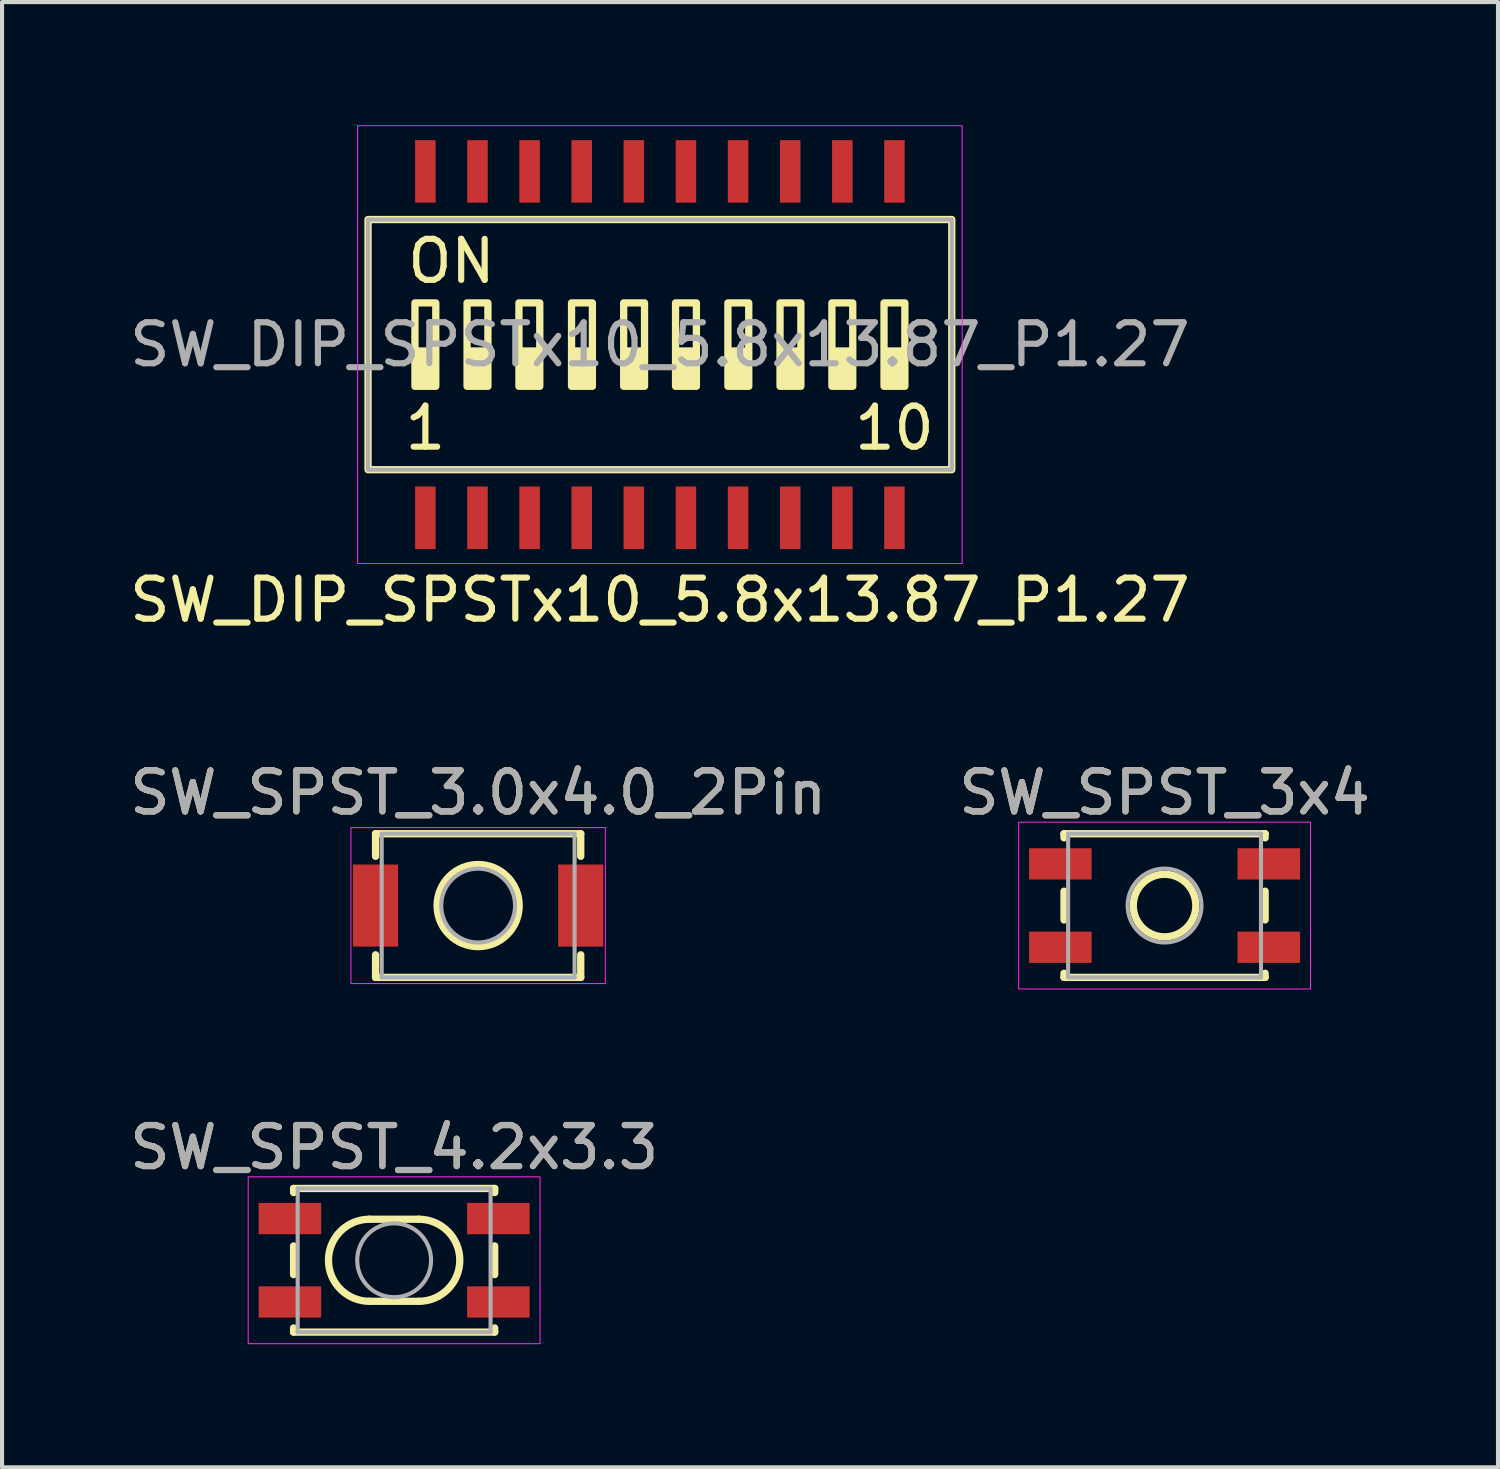
<source format=kicad_pcb>
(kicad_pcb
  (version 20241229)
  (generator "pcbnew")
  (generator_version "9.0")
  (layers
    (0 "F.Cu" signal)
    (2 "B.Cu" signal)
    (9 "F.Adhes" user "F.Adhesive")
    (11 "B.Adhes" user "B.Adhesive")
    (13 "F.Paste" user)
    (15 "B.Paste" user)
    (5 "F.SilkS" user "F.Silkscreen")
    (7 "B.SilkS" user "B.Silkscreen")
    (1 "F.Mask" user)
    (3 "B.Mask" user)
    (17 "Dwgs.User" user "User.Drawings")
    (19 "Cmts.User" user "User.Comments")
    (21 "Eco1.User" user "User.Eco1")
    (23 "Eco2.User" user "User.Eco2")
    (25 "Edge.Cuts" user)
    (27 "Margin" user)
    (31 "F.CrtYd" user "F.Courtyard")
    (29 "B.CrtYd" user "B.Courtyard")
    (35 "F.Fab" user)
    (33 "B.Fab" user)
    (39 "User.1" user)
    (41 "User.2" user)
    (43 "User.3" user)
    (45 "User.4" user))
  (footprint "SW_SPST_3.0x4.0_2Pin"
    (layer "F.Cu")
    (at 8.601 19.016)
    (property "Reference" "SW_SPST_3.0x4.0_2Pin" (at 0 -2.75 0) (layer "F.SilkS") (effects (font (size 1 1) (thickness 0.15))))
    (attr smd)
    (fp_line (start -2.5 -1.75) (end -2.5 -1.2) (stroke (width 0.178) (type solid)) (layer "F.SilkS"))
    (fp_line (start -2.5 1.2) (end -2.5 1.75) (stroke (width 0.178) (type solid)) (layer "F.SilkS"))
    (fp_line (start -2.5 1.75) (end 2.5 1.75) (stroke (width 0.178) (type solid)) (layer "F.SilkS"))
    (fp_line (start 2.5 -1.75) (end -2.5 -1.75) (stroke (width 0.178) (type solid)) (layer "F.SilkS"))
    (fp_line (start 2.5 -1.75) (end 2.5 -1.2) (stroke (width 0.178) (type solid)) (layer "F.SilkS"))
    (fp_line (start 2.5 1.2) (end 2.5 1.75) (stroke (width 0.178) (type solid)) (layer "F.SilkS"))
    (fp_circle (center 0 0) (end 1 0) (stroke (width 0.178) (type solid)) (fill no) (layer "F.SilkS"))
    (fp_rect (start -3.1 1.9) (end 3.1 -1.9) (stroke (width 0.025) (type solid)) (fill no) (layer "F.CrtYd"))
    (fp_line (start -2.35 -1.75) (end 2.35 -1.75) (stroke (width 0.1) (type solid)) (layer "F.Fab"))
    (fp_line (start -2.35 1.75) (end -2.35 -1.75) (stroke (width 0.1) (type solid)) (layer "F.Fab"))
    (fp_line (start 2.35 -1.75) (end 2.35 1.75) (stroke (width 0.1) (type solid)) (layer "F.Fab"))
    (fp_line (start 2.35 1.75) (end -2.35 1.75) (stroke (width 0.1) (type solid)) (layer "F.Fab"))
    (fp_circle (center 0 0) (end 0.9 0) (stroke (width 0.1) (type solid)) (fill no) (layer "F.Fab"))
    (fp_text user "${REFERENCE}" (at 0 -2.75 0) (layer "F.Fab") (effects (font (size 1 1) (thickness 0.15))))
    (pad "1" smd rect (at -2.5 0) (size 1.1 2) (layers "F.Cu" "F.Mask" "F.Paste"))
    (pad "2" smd rect (at 2.5 0) (size 1.1 2) (layers "F.Cu" "F.Mask" "F.Paste")))
  (footprint "SW_SPST_4.2x3.3"
    (layer "F.Cu")
    (at 6.554 27.659)
    (property "Reference" "SW_SPST_4.2x3.3" (at 0 -2.75 0) (layer "F.SilkS") (effects (font (size 1 1) (thickness 0.15))))
    (attr smd)
    (fp_line (start -2.45 -1.75) (end -2.45 -1.65) (stroke (width 0.178) (type solid)) (layer "F.SilkS"))
    (fp_line (start -2.45 -0.35) (end -2.45 0.35) (stroke (width 0.178) (type solid)) (layer "F.SilkS"))
    (fp_line (start -2.45 1.65) (end -2.45 1.75) (stroke (width 0.178) (type solid)) (layer "F.SilkS"))
    (fp_line (start -2.45 1.75) (end 2.45 1.75) (stroke (width 0.178) (type solid)) (layer "F.SilkS"))
    (fp_line (start -0.6 -1) (end 0.6 -1) (stroke (width 0.178) (type default)) (layer "F.SilkS"))
    (fp_line (start -0.6 1) (end 0.6 1) (stroke (width 0.178) (type default)) (layer "F.SilkS"))
    (fp_line (start 2.45 -1.75) (end -2.45 -1.75) (stroke (width 0.178) (type solid)) (layer "F.SilkS"))
    (fp_line (start 2.45 -1.75) (end 2.45 -1.65) (stroke (width 0.178) (type solid)) (layer "F.SilkS"))
    (fp_line (start 2.45 -0.35) (end 2.45 0.35) (stroke (width 0.178) (type solid)) (layer "F.SilkS"))
    (fp_line (start 2.45 1.75) (end 2.45 1.65) (stroke (width 0.178) (type solid)) (layer "F.SilkS"))
    (fp_arc (start -0.6 1) (mid -1.6 0) (end -0.6 -1) (stroke (width 0.1778) (type default)) (layer "F.SilkS"))
    (fp_arc (start 0.6 -1) (mid 1.6 0) (end 0.6 1) (stroke (width 0.1778) (type default)) (layer "F.SilkS"))
    (fp_rect (start -3.556 2.032) (end 3.556 -2.032) (stroke (width 0.025) (type solid)) (fill no) (layer "F.CrtYd"))
    (fp_line (start -2.35 -1.75) (end 2.35 -1.75) (stroke (width 0.1) (type solid)) (layer "F.Fab"))
    (fp_line (start -2.35 1.75) (end -2.35 -1.75) (stroke (width 0.1) (type solid)) (layer "F.Fab"))
    (fp_line (start 2.35 -1.75) (end 2.35 1.75) (stroke (width 0.1) (type solid)) (layer "F.Fab"))
    (fp_line (start 2.35 1.75) (end -2.35 1.75) (stroke (width 0.1) (type solid)) (layer "F.Fab"))
    (fp_circle (center 0 0) (end 0.9 0) (stroke (width 0.1) (type solid)) (fill no) (layer "F.Fab"))
    (fp_text user "${REFERENCE}" (at 0 -2.75 0) (layer "F.Fab") (effects (font (size 1 1) (thickness 0.15))))
    (pad "1" smd rect (at -2.54 -1.016) (size 1.524 0.762) (layers "F.Cu" "F.Mask" "F.Paste"))
    (pad "2" smd rect (at 2.54 -1.016) (size 1.524 0.762) (layers "F.Cu" "F.Mask" "F.Paste"))
    (pad "3" smd rect (at -2.54 1.016) (size 1.524 0.762) (layers "F.Cu" "F.Mask" "F.Paste"))
    (pad "4" smd rect (at 2.54 1.016) (size 1.524 0.762) (layers "F.Cu" "F.Mask" "F.Paste")))
  (footprint "SW_DIP_SPSTx10_5.8x13.87_P1.27"
    (layer "F.Cu")
    (at 13.03 5.347)
    (property "Reference" "SW_DIP_SPSTx10_5.8x13.87_P1.27" (at 0 6.223 0) (unlocked yes) (layer "F.SilkS") (effects (font (size 1 1) (thickness 0.15))))
    (fp_rect (start -7.112 -3.048) (end 7.112 3.048) (stroke (width 0.178) (type solid)) (fill no) (layer "F.SilkS"))
    (fp_rect (start -5.969 -1.016) (end -5.461 1.016) (stroke (width 0.178) (type solid)) (fill no) (layer "F.SilkS"))
    (fp_rect (start -5.969 1.016) (end -5.461 0.127) (stroke (width 0.12) (type solid)) (fill yes) (layer "F.SilkS"))
    (fp_rect (start -4.699 -1.016) (end -4.191 1.016) (stroke (width 0.178) (type solid)) (fill no) (layer "F.SilkS"))
    (fp_rect (start -4.699 1.016) (end -4.191 0.127) (stroke (width 0.12) (type solid)) (fill yes) (layer "F.SilkS"))
    (fp_rect (start -3.435 -1.016) (end -2.927 1.016) (stroke (width 0.178) (type solid)) (fill no) (layer "F.SilkS"))
    (fp_rect (start -3.429 1.016) (end -2.921 0.127) (stroke (width 0.12) (type solid)) (fill yes) (layer "F.SilkS"))
    (fp_rect (start -2.159 1.016) (end -1.651 0.127) (stroke (width 0.12) (type solid)) (fill yes) (layer "F.SilkS"))
    (fp_rect (start -2.153 -1.016) (end -1.645 1.016) (stroke (width 0.178) (type solid)) (fill no) (layer "F.SilkS"))
    (fp_rect (start -0.889 1.016) (end -0.381 0.127) (stroke (width 0.12) (type solid)) (fill yes) (layer "F.SilkS"))
    (fp_rect (start -0.883 -1.016) (end -0.375 1.016) (stroke (width 0.178) (type solid)) (fill no) (layer "F.SilkS"))
    (fp_rect (start 0.381 -1.016) (end 0.889 1.016) (stroke (width 0.178) (type solid)) (fill no) (layer "F.SilkS"))
    (fp_rect (start 0.381 1.016) (end 0.889 0.127) (stroke (width 0.12) (type solid)) (fill yes) (layer "F.SilkS"))
    (fp_rect (start 1.651 1.016) (end 2.159 0.127) (stroke (width 0.12) (type solid)) (fill yes) (layer "F.SilkS"))
    (fp_rect (start 1.657 -1.016) (end 2.165 1.016) (stroke (width 0.178) (type solid)) (fill no) (layer "F.SilkS"))
    (fp_rect (start 2.921 1.016) (end 3.429 0.127) (stroke (width 0.12) (type solid)) (fill yes) (layer "F.SilkS"))
    (fp_rect (start 2.927 -1.016) (end 3.435 1.016) (stroke (width 0.178) (type solid)) (fill no) (layer "F.SilkS"))
    (fp_rect (start 4.191 -1.016) (end 4.699 1.016) (stroke (width 0.178) (type solid)) (fill no) (layer "F.SilkS"))
    (fp_rect (start 4.191 1.016) (end 4.699 0.127) (stroke (width 0.12) (type solid)) (fill yes) (layer "F.SilkS"))
    (fp_rect (start 5.461 -1.016) (end 5.969 1.016) (stroke (width 0.178) (type solid)) (fill no) (layer "F.SilkS"))
    (fp_rect (start 5.461 1.016) (end 5.969 0.127) (stroke (width 0.12) (type solid)) (fill yes) (layer "F.SilkS"))
    (fp_rect (start -7.366 -5.334) (end 7.366 5.334) (stroke (width 0.025) (type solid)) (fill no) (layer "F.CrtYd"))
    (fp_rect (start -7.112 -3.048) (end 7.112 3.048) (stroke (width 0.1) (type solid)) (fill no) (layer "F.Fab"))
    (fp_text user "10" (at 5.715 2.032 0) (unlocked yes) (layer "F.SilkS") (effects (font (size 1 1) (thickness 0.15))))
    (fp_text user "1" (at -5.715 2.032 0) (unlocked yes) (layer "F.SilkS") (effects (font (size 1 1) (thickness 0.15))))
    (fp_text user "ON" (at -5.08 -2.032 0) (unlocked yes) (layer "F.SilkS") (effects (font (size 1 1) (thickness 0.15))))
    (fp_text user "${REFERENCE}" (at 0 0 0) (unlocked yes) (layer "F.Fab") (effects (font (size 1 1) (thickness 0.15))))
    (pad "1" smd rect (at -5.715 4.22) (size 0.5 1.524) (layers "F.Cu" "F.Mask" "F.Paste"))
    (pad "2" smd rect (at -4.445 4.22) (size 0.5 1.524) (layers "F.Cu" "F.Mask" "F.Paste"))
    (pad "3" smd rect (at -3.175 4.22) (size 0.5 1.524) (layers "F.Cu" "F.Mask" "F.Paste"))
    (pad "4" smd rect (at -1.905 4.22) (size 0.5 1.524) (layers "F.Cu" "F.Mask" "F.Paste"))
    (pad "5" smd rect (at -0.635 4.22) (size 0.5 1.524) (layers "F.Cu" "F.Mask" "F.Paste"))
    (pad "6" smd rect (at 0.635 4.22) (size 0.5 1.524) (layers "F.Cu" "F.Mask" "F.Paste"))
    (pad "7" smd rect (at 1.905 4.22) (size 0.5 1.524) (layers "F.Cu" "F.Mask" "F.Paste"))
    (pad "8" smd rect (at 3.175 4.22) (size 0.5 1.524) (layers "F.Cu" "F.Mask" "F.Paste"))
    (pad "9" smd rect (at 4.445 4.22) (size 0.5 1.524) (layers "F.Cu" "F.Mask" "F.Paste"))
    (pad "10" smd rect (at 5.715 4.22) (size 0.5 1.524) (layers "F.Cu" "F.Mask" "F.Paste"))
    (pad "11" smd rect (at 5.715 -4.22) (size 0.5 1.524) (layers "F.Cu" "F.Mask" "F.Paste"))
    (pad "12" smd rect (at 4.445 -4.22) (size 0.5 1.524) (layers "F.Cu" "F.Mask" "F.Paste"))
    (pad "13" smd rect (at 3.175 -4.22) (size 0.5 1.524) (layers "F.Cu" "F.Mask" "F.Paste"))
    (pad "14" smd rect (at 1.905 -4.22) (size 0.5 1.524) (layers "F.Cu" "F.Mask" "F.Paste"))
    (pad "15" smd rect (at 0.635 -4.22) (size 0.5 1.524) (layers "F.Cu" "F.Mask" "F.Paste"))
    (pad "16" smd rect (at -0.635 -4.22) (size 0.5 1.524) (layers "F.Cu" "F.Mask" "F.Paste"))
    (pad "17" smd rect (at -1.905 -4.22) (size 0.5 1.524) (layers "F.Cu" "F.Mask" "F.Paste"))
    (pad "18" smd rect (at -3.175 -4.22) (size 0.5 1.524) (layers "F.Cu" "F.Mask" "F.Paste"))
    (pad "19" smd rect (at -4.445 -4.22) (size 0.5 1.524) (layers "F.Cu" "F.Mask" "F.Paste"))
    (pad "20" smd rect (at -5.715 -4.22) (size 0.5 1.524) (layers "F.Cu" "F.Mask" "F.Paste")))
  (footprint "SW_SPST_3x4"
    (layer "F.Cu")
    (at 25.327 19.016)
    (property "Reference" "SW_SPST_3x4" (at 0 -2.75 0) (layer "F.SilkS") (effects (font (size 1 1) (thickness 0.15))))
    (attr smd)
    (fp_line (start -2.45 -1.75) (end -2.45 -1.65) (stroke (width 0.178) (type solid)) (layer "F.SilkS"))
    (fp_line (start -2.45 -0.35) (end -2.45 0.35) (stroke (width 0.178) (type solid)) (layer "F.SilkS"))
    (fp_line (start -2.45 1.65) (end -2.45 1.75) (stroke (width 0.178) (type solid)) (layer "F.SilkS"))
    (fp_line (start -2.45 1.75) (end 2.45 1.75) (stroke (width 0.178) (type solid)) (layer "F.SilkS"))
    (fp_line (start 2.45 -1.75) (end -2.45 -1.75) (stroke (width 0.178) (type solid)) (layer "F.SilkS"))
    (fp_line (start 2.45 -1.75) (end 2.45 -1.65) (stroke (width 0.178) (type solid)) (layer "F.SilkS"))
    (fp_line (start 2.45 -0.35) (end 2.45 0.35) (stroke (width 0.178) (type solid)) (layer "F.SilkS"))
    (fp_line (start 2.45 1.75) (end 2.45 1.65) (stroke (width 0.178) (type solid)) (layer "F.SilkS"))
    (fp_circle (center 0 0) (end 0.762 0) (stroke (width 0.178) (type solid)) (fill no) (layer "F.SilkS"))
    (fp_rect (start -3.556 2.032) (end 3.556 -2.032) (stroke (width 0.025) (type solid)) (fill no) (layer "F.CrtYd"))
    (fp_line (start -2.35 -1.75) (end 2.35 -1.75) (stroke (width 0.1) (type solid)) (layer "F.Fab"))
    (fp_line (start -2.35 1.75) (end -2.35 -1.75) (stroke (width 0.1) (type solid)) (layer "F.Fab"))
    (fp_line (start 2.35 -1.75) (end 2.35 1.75) (stroke (width 0.1) (type solid)) (layer "F.Fab"))
    (fp_line (start 2.35 1.75) (end -2.35 1.75) (stroke (width 0.1) (type solid)) (layer "F.Fab"))
    (fp_circle (center 0 0) (end 0.9 0) (stroke (width 0.1) (type solid)) (fill no) (layer "F.Fab"))
    (fp_text user "${REFERENCE}" (at 0 -2.75 0) (layer "F.Fab") (effects (font (size 1 1) (thickness 0.15))))
    (pad "1" smd rect (at -2.54 -1.016) (size 1.524 0.762) (layers "F.Cu" "F.Mask" "F.Paste"))
    (pad "2" smd rect (at 2.54 -1.016) (size 1.524 0.762) (layers "F.Cu" "F.Mask" "F.Paste"))
    (pad "3" smd rect (at -2.54 1.016) (size 1.524 0.762) (layers "F.Cu" "F.Mask" "F.Paste"))
    (pad "4" smd rect (at 2.54 1.016) (size 1.524 0.762) (layers "F.Cu" "F.Mask" "F.Paste")))
  (gr_rect
    (start -3 -3)
    (end 33.452 32.704)
    (stroke (width 0.1) (type default))
    (fill no)
    (layer "Edge.Cuts")))
</source>
